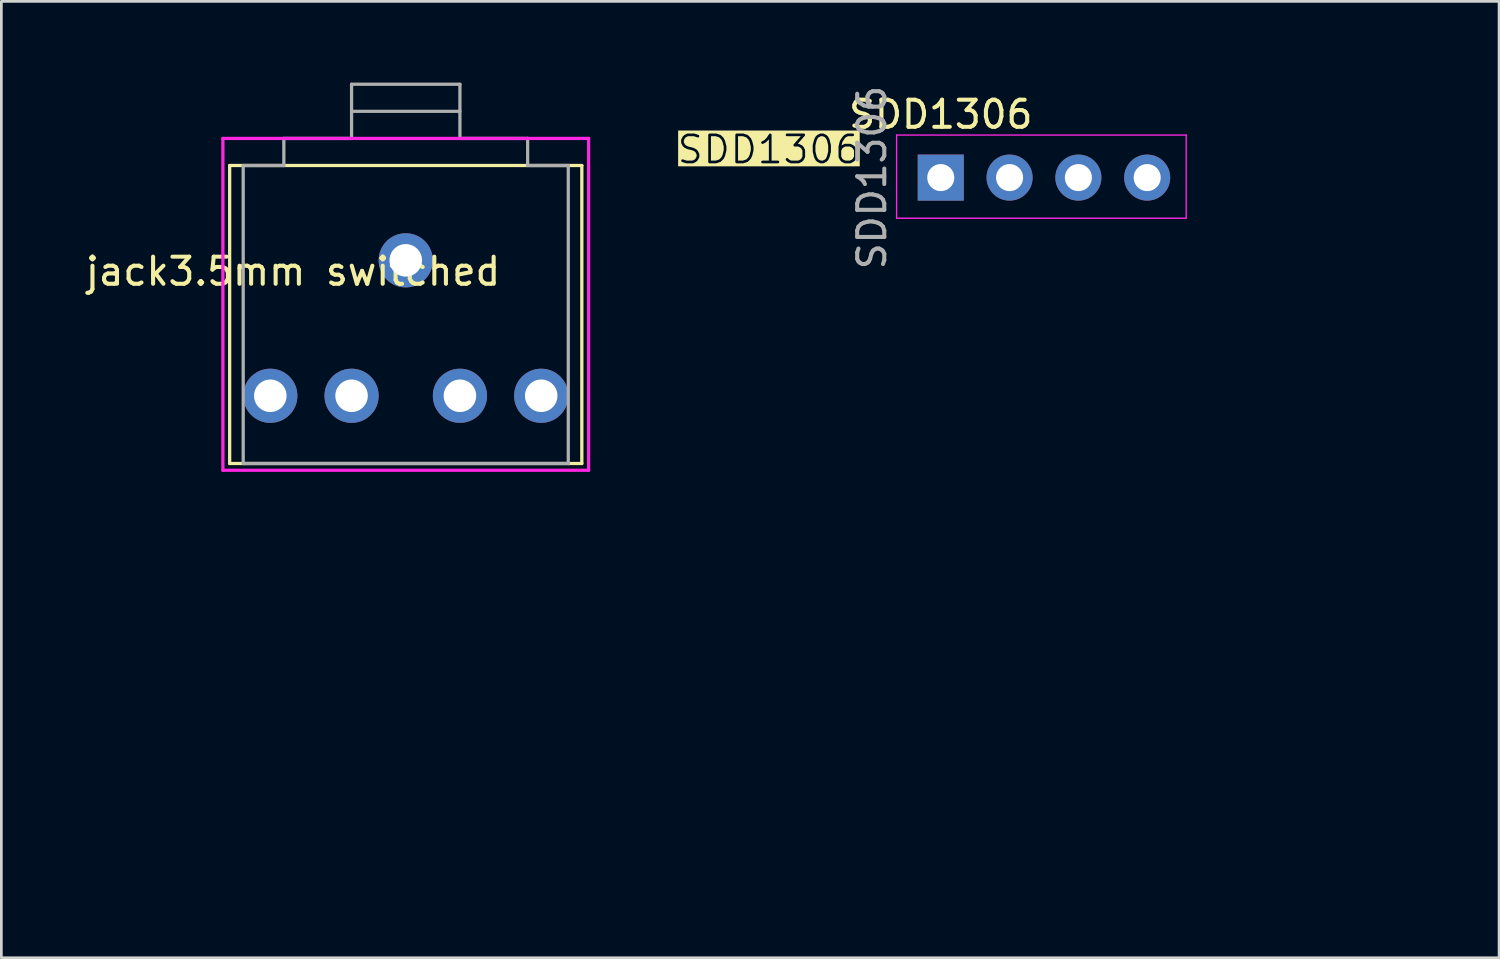
<source format=kicad_pcb>
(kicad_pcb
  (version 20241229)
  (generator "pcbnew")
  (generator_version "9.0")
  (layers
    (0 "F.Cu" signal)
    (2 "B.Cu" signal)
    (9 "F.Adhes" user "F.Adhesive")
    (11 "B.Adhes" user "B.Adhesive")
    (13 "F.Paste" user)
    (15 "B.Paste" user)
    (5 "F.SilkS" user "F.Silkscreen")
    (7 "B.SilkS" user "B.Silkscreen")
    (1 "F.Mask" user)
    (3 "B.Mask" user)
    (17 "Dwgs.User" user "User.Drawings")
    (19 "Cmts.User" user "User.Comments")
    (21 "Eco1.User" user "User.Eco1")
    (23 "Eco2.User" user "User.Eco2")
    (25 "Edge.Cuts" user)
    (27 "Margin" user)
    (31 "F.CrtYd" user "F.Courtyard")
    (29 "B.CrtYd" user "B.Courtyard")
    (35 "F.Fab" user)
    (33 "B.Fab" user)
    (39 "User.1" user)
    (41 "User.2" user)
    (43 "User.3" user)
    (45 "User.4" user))
  (footprint "jack3.5mm switched"
    (layer "F.Cu")
    (at 11.928 2.06)
    (property "Reference" "jack3.5mm switched" (at -4.16 4.91 0) (unlocked yes) (layer "F.SilkS") (effects (font (size 1 1) (thickness 0.15))))
    (attr through_hole)
    (fp_line (start -6.5 1) (end -6.5 12) (stroke (width 0.12) (type solid)) (layer "F.SilkS"))
    (fp_line (start -6.5 12) (end -6 12) (stroke (width 0.12) (type solid)) (layer "F.SilkS"))
    (fp_line (start -6 1) (end -6.5 1) (stroke (width 0.12) (type solid)) (layer "F.SilkS"))
    (fp_line (start -6 12) (end 6 12) (stroke (width 0.12) (type solid)) (layer "F.SilkS"))
    (fp_line (start 6 1) (end -6 1) (stroke (width 0.12) (type solid)) (layer "F.SilkS"))
    (fp_line (start 6 12) (end 6.5 12) (stroke (width 0.12) (type solid)) (layer "F.SilkS"))
    (fp_line (start 6.5 1) (end 6 1) (stroke (width 0.12) (type solid)) (layer "F.SilkS"))
    (fp_line (start 6.5 12) (end 6.5 1) (stroke (width 0.12) (type solid)) (layer "F.SilkS"))
    (fp_line (start -6.75 0) (end -6.75 12.25) (stroke (width 0.12) (type solid)) (layer "F.CrtYd"))
    (fp_line (start -6.75 12.25) (end 6.75 12.25) (stroke (width 0.12) (type solid)) (layer "F.CrtYd"))
    (fp_line (start 6.75 0) (end -6.75 0) (stroke (width 0.12) (type solid)) (layer "F.CrtYd"))
    (fp_line (start 6.75 12.25) (end 6.75 0) (stroke (width 0.12) (type solid)) (layer "F.CrtYd"))
    (fp_line (start -6 1) (end -6 12) (stroke (width 0.12) (type solid)) (layer "F.Fab"))
    (fp_line (start -6 1) (end -4.5 1) (stroke (width 0.12) (type solid)) (layer "F.Fab"))
    (fp_line (start -6 12) (end 6 12) (stroke (width 0.12) (type solid)) (layer "F.Fab"))
    (fp_line (start -4.5 0) (end -4.5 1) (stroke (width 0.12) (type solid)) (layer "F.Fab"))
    (fp_line (start -4.5 0) (end -2 0) (stroke (width 0.12) (type solid)) (layer "F.Fab"))
    (fp_line (start -2 -2) (end 2 -2) (stroke (width 0.12) (type solid)) (layer "F.Fab"))
    (fp_line (start -2 -1) (end 2 -1) (stroke (width 0.12) (type solid)) (layer "F.Fab"))
    (fp_line (start -2 0) (end -2 -2) (stroke (width 0.12) (type solid)) (layer "F.Fab"))
    (fp_line (start 2 -2) (end 2 0) (stroke (width 0.12) (type solid)) (layer "F.Fab"))
    (fp_line (start 4.5 0) (end 2 0) (stroke (width 0.12) (type solid)) (layer "F.Fab"))
    (fp_line (start 4.5 1) (end 4.5 0) (stroke (width 0.12) (type solid)) (layer "F.Fab"))
    (fp_line (start 4.5 1) (end 6 1) (stroke (width 0.12) (type solid)) (layer "F.Fab"))
    (fp_line (start 6 12) (end 6 1) (stroke (width 0.12) (type solid)) (layer "F.Fab"))
    (pad "G" thru_hole circle (at 0 4.5 270) (size 2 2) (drill 1.2) (layers "*.Cu" "*.Mask"))
    (pad "S" thru_hole circle (at 5 9.5 270) (size 2 2) (drill 1.2) (layers "*.Cu" "*.Mask"))
    (pad "SN" thru_hole circle (at 2 9.5 270) (size 2 2) (drill 1.2) (layers "*.Cu" "*.Mask"))
    (pad "T" thru_hole circle (at -5 9.5 270) (size 2 2) (drill 1.2) (layers "*.Cu" "*.Mask"))
    (pad "TN" thru_hole circle (at -2 9.5 270) (size 2 2) (drill 1.2) (layers "*.Cu" "*.Mask")))
  (footprint "SDD1306"
    (layer "F.Cu")
    (at 35.488 3.506)
    (property "Reference" "SDD1306" (at -3.81 -2.33 0) (layer "F.SilkS") (effects (font (size 1 1) (thickness 0.15))))
    (attr through_hole)
    (fp_line (start -5.44 -1.57) (end -5.44 1.5) (stroke (width 0.05) (type solid)) (layer "F.CrtYd"))
    (fp_line (start -5.44 1.5) (end 5.25 1.5) (stroke (width 0.05) (type solid)) (layer "F.CrtYd"))
    (fp_line (start 5.25 -1.57) (end -5.44 -1.57) (stroke (width 0.05) (type solid)) (layer "F.CrtYd"))
    (fp_line (start 5.25 1.5) (end 5.25 -1.57) (stroke (width 0.05) (type solid)) (layer "F.CrtYd"))
    (fp_rect (start -13.7 -2) (end 13.75 25.75) (stroke (width 0.1) (type default)) (fill no) (layer "User.1"))
    (fp_rect (start -11.85 3.55) (end 11.95 16.8) (stroke (width 0.1) (type default)) (fill no) (layer "User.1"))
    (fp_text user "SDD1306" (at -13.6 -0.45 0) (unlocked yes) (layer "F.SilkS" knockout) (effects (font (size 1 1) (thickness 0.1)) (justify left bottom)))
    (fp_text user "${REFERENCE}" (at -6.35 0 90) (layer "F.Fab") (effects (font (size 1 1) (thickness 0.15))))
    (pad "1" thru_hole rect (at -3.81 0) (size 1.7 1.7) (drill 1) (layers "*.Cu" "*.Mask"))
    (pad "2" thru_hole oval (at -1.27 0) (size 1.7 1.7) (drill 1) (layers "*.Cu" "*.Mask"))
    (pad "3" thru_hole oval (at 1.27 0) (size 1.7 1.7) (drill 1) (layers "*.Cu" "*.Mask"))
    (pad "4" thru_hole oval (at 3.81 0) (size 1.7 1.7) (drill 1) (layers "*.Cu" "*.Mask")))
  (gr_rect
    (start -3 -3)
    (end 52.288 32.306)
    (stroke (width 0.1) (type default))
    (fill no)
    (layer "Edge.Cuts")))
</source>
